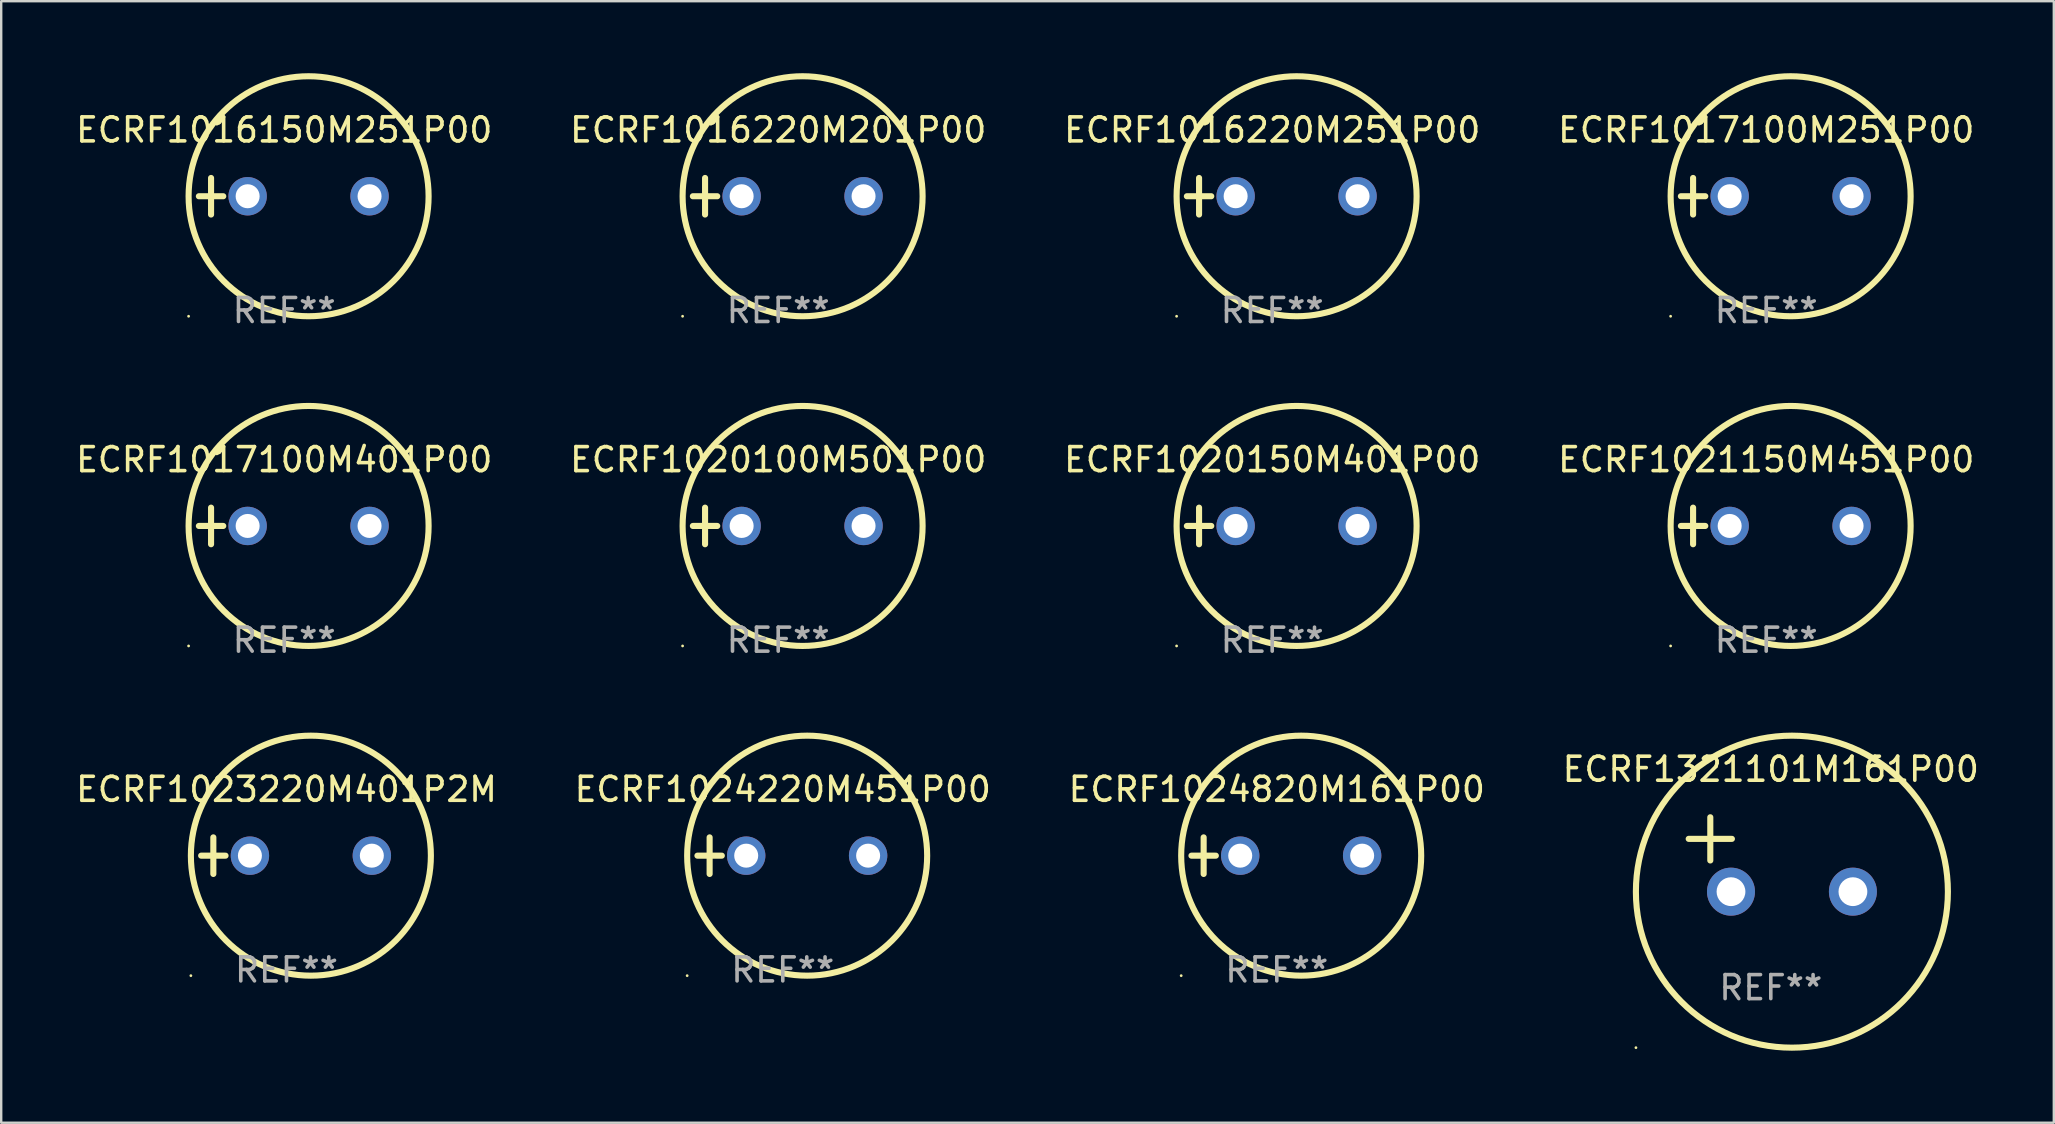
<source format=kicad_pcb>
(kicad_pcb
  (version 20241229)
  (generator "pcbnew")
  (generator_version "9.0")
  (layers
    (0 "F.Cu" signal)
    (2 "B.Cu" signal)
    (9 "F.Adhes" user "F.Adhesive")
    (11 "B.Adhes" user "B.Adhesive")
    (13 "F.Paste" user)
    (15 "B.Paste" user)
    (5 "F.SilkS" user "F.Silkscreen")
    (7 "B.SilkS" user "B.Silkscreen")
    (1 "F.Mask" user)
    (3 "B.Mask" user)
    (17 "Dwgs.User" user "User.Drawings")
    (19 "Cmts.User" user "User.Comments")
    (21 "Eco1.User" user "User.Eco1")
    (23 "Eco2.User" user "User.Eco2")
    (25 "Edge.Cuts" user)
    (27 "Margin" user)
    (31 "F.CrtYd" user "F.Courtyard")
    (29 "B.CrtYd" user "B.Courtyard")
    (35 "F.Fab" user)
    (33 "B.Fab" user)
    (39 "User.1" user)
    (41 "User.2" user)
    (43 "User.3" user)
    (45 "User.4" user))
  (footprint "ECRF1016220M201P00"
    (layer "F.Cu")
    (at 29.375 5.127)
    (property "Reference" "ECRF1016220M201P00" (at 0 -2.762 0) (layer "F.SilkS") (effects (font (size 1 1) (thickness 0.15))))
    (attr through_hole)
    (fp_line (start -3.556 0) (end -2.54 0) (stroke (width 0.254) (type solid)) (layer "F.SilkS"))
    (fp_line (start -3.048 -0.762) (end -3.048 0.762) (stroke (width 0.254) (type solid)) (layer "F.SilkS"))
    (fp_circle (center -3.984 5) (end -3.954 5) (stroke (width 0.06) (type solid)) (fill no) (layer "F.SilkS"))
    (fp_circle (center 1.016 0) (end 6.016 0) (stroke (width 0.254) (type solid)) (fill no) (layer "F.SilkS"))
    (fp_text user "REF**" (at 0 4.762 0) (layer "F.Fab") (effects (font (size 1 1) (thickness 0.15))))
    (pad "1" thru_hole circle (at -1.524 0) (size 1.6 1.6) (drill 1) (layers "*.Cu" "*.Mask"))
    (pad "2" thru_hole circle (at 3.556 0) (size 1.6 1.6) (drill 1) (layers "*.Cu" "*.Mask")))
  (footprint "ECRF1017100M251P00"
    (layer "F.Cu")
    (at 70.542 5.127)
    (property "Reference" "ECRF1017100M251P00" (at 0 -2.762 0) (layer "F.SilkS") (effects (font (size 1 1) (thickness 0.15))))
    (attr through_hole)
    (fp_line (start -3.556 0) (end -2.54 0) (stroke (width 0.254) (type solid)) (layer "F.SilkS"))
    (fp_line (start -3.048 -0.762) (end -3.048 0.762) (stroke (width 0.254) (type solid)) (layer "F.SilkS"))
    (fp_circle (center -3.984 5) (end -3.954 5) (stroke (width 0.06) (type solid)) (fill no) (layer "F.SilkS"))
    (fp_circle (center 1.016 0) (end 6.016 0) (stroke (width 0.254) (type solid)) (fill no) (layer "F.SilkS"))
    (fp_text user "REF**" (at 0 4.762 0) (layer "F.Fab") (effects (font (size 1 1) (thickness 0.15))))
    (pad "1" thru_hole circle (at -1.524 0) (size 1.6 1.6) (drill 1) (layers "*.Cu" "*.Mask"))
    (pad "2" thru_hole circle (at 3.556 0) (size 1.6 1.6) (drill 1) (layers "*.Cu" "*.Mask")))
  (footprint "ECRF1024220M451P00"
    (layer "F.Cu")
    (at 29.565 32.602)
    (property "Reference" "ECRF1024220M451P00" (at 0 -2.762 0) (layer "F.SilkS") (effects (font (size 1 1) (thickness 0.15))))
    (attr through_hole)
    (fp_line (start -3.556 0) (end -2.54 0) (stroke (width 0.254) (type solid)) (layer "F.SilkS"))
    (fp_line (start -3.048 -0.762) (end -3.048 0.762) (stroke (width 0.254) (type solid)) (layer "F.SilkS"))
    (fp_circle (center -3.984 5) (end -3.954 5) (stroke (width 0.06) (type solid)) (fill no) (layer "F.SilkS"))
    (fp_circle (center 1.016 0) (end 6.016 0) (stroke (width 0.254) (type solid)) (fill no) (layer "F.SilkS"))
    (fp_text user "REF**" (at 0 4.762 0) (layer "F.Fab") (effects (font (size 1 1) (thickness 0.15))))
    (pad "1" thru_hole circle (at -1.524 0) (size 1.6 1.6) (drill 1) (layers "*.Cu" "*.Mask"))
    (pad "2" thru_hole circle (at 3.556 0) (size 1.6 1.6) (drill 1) (layers "*.Cu" "*.Mask")))
  (footprint "ECRF1021150M451P00"
    (layer "F.Cu")
    (at 70.542 18.864)
    (property "Reference" "ECRF1021150M451P00" (at 0 -2.762 0) (layer "F.SilkS") (effects (font (size 1 1) (thickness 0.15))))
    (attr through_hole)
    (fp_line (start -3.556 0) (end -2.54 0) (stroke (width 0.254) (type solid)) (layer "F.SilkS"))
    (fp_line (start -3.048 -0.762) (end -3.048 0.762) (stroke (width 0.254) (type solid)) (layer "F.SilkS"))
    (fp_circle (center -3.984 5) (end -3.954 5) (stroke (width 0.06) (type solid)) (fill no) (layer "F.SilkS"))
    (fp_circle (center 1.016 0) (end 6.016 0) (stroke (width 0.254) (type solid)) (fill no) (layer "F.SilkS"))
    (fp_text user "REF**" (at 0 4.762 0) (layer "F.Fab") (effects (font (size 1 1) (thickness 0.15))))
    (pad "1" thru_hole circle (at -1.524 0) (size 1.6 1.6) (drill 1) (layers "*.Cu" "*.Mask"))
    (pad "2" thru_hole circle (at 3.556 0) (size 1.6 1.6) (drill 1) (layers "*.Cu" "*.Mask")))
  (footprint "ECRF1016150M251P00"
    (layer "F.Cu")
    (at 8.792 5.127)
    (property "Reference" "ECRF1016150M251P00" (at 0 -2.762 0) (layer "F.SilkS") (effects (font (size 1 1) (thickness 0.15))))
    (attr through_hole)
    (fp_line (start -3.556 0) (end -2.54 0) (stroke (width 0.254) (type solid)) (layer "F.SilkS"))
    (fp_line (start -3.048 -0.762) (end -3.048 0.762) (stroke (width 0.254) (type solid)) (layer "F.SilkS"))
    (fp_circle (center -3.984 5) (end -3.954 5) (stroke (width 0.06) (type solid)) (fill no) (layer "F.SilkS"))
    (fp_circle (center 1.016 0) (end 6.016 0) (stroke (width 0.254) (type solid)) (fill no) (layer "F.SilkS"))
    (fp_text user "REF**" (at 0 4.762 0) (layer "F.Fab") (effects (font (size 1 1) (thickness 0.15))))
    (pad "1" thru_hole circle (at -1.524 0) (size 1.6 1.6) (drill 1) (layers "*.Cu" "*.Mask"))
    (pad "2" thru_hole circle (at 3.556 0) (size 1.6 1.6) (drill 1) (layers "*.Cu" "*.Mask")))
  (footprint "ECRF1023220M401P2M"
    (layer "F.Cu")
    (at 8.887 32.602)
    (property "Reference" "ECRF1023220M401P2M" (at 0 -2.762 0) (layer "F.SilkS") (effects (font (size 1 1) (thickness 0.15))))
    (attr through_hole)
    (fp_line (start -3.556 0) (end -2.54 0) (stroke (width 0.254) (type solid)) (layer "F.SilkS"))
    (fp_line (start -3.048 -0.762) (end -3.048 0.762) (stroke (width 0.254) (type solid)) (layer "F.SilkS"))
    (fp_circle (center -3.984 5) (end -3.954 5) (stroke (width 0.06) (type solid)) (fill no) (layer "F.SilkS"))
    (fp_circle (center 1.016 0) (end 6.016 0) (stroke (width 0.254) (type solid)) (fill no) (layer "F.SilkS"))
    (fp_text user "REF**" (at 0 4.762 0) (layer "F.Fab") (effects (font (size 1 1) (thickness 0.15))))
    (pad "1" thru_hole circle (at -1.524 0) (size 1.6 1.6) (drill 1) (layers "*.Cu" "*.Mask"))
    (pad "2" thru_hole circle (at 3.556 0) (size 1.6 1.6) (drill 1) (layers "*.Cu" "*.Mask")))
  (footprint "ECRF1016220M251P00"
    (layer "F.Cu")
    (at 49.958 5.127)
    (property "Reference" "ECRF1016220M251P00" (at 0 -2.762 0) (layer "F.SilkS") (effects (font (size 1 1) (thickness 0.15))))
    (attr through_hole)
    (fp_line (start -3.556 0) (end -2.54 0) (stroke (width 0.254) (type solid)) (layer "F.SilkS"))
    (fp_line (start -3.048 -0.762) (end -3.048 0.762) (stroke (width 0.254) (type solid)) (layer "F.SilkS"))
    (fp_circle (center -3.984 5) (end -3.954 5) (stroke (width 0.06) (type solid)) (fill no) (layer "F.SilkS"))
    (fp_circle (center 1.016 0) (end 6.016 0) (stroke (width 0.254) (type solid)) (fill no) (layer "F.SilkS"))
    (fp_text user "REF**" (at 0 4.762 0) (layer "F.Fab") (effects (font (size 1 1) (thickness 0.15))))
    (pad "1" thru_hole circle (at -1.524 0) (size 1.6 1.6) (drill 1) (layers "*.Cu" "*.Mask"))
    (pad "2" thru_hole circle (at 3.556 0) (size 1.6 1.6) (drill 1) (layers "*.Cu" "*.Mask")))
  (footprint "ECRF1020100M501P00"
    (layer "F.Cu")
    (at 29.375 18.864)
    (property "Reference" "ECRF1020100M501P00" (at 0 -2.762 0) (layer "F.SilkS") (effects (font (size 1 1) (thickness 0.15))))
    (attr through_hole)
    (fp_line (start -3.556 0) (end -2.54 0) (stroke (width 0.254) (type solid)) (layer "F.SilkS"))
    (fp_line (start -3.048 -0.762) (end -3.048 0.762) (stroke (width 0.254) (type solid)) (layer "F.SilkS"))
    (fp_circle (center -3.984 5) (end -3.954 5) (stroke (width 0.06) (type solid)) (fill no) (layer "F.SilkS"))
    (fp_circle (center 1.016 0) (end 6.016 0) (stroke (width 0.254) (type solid)) (fill no) (layer "F.SilkS"))
    (fp_text user "REF**" (at 0 4.762 0) (layer "F.Fab") (effects (font (size 1 1) (thickness 0.15))))
    (pad "1" thru_hole circle (at -1.524 0) (size 1.6 1.6) (drill 1) (layers "*.Cu" "*.Mask"))
    (pad "2" thru_hole circle (at 3.556 0) (size 1.6 1.6) (drill 1) (layers "*.Cu" "*.Mask")))
  (footprint "ECRF1024820M161P00"
    (layer "F.Cu")
    (at 50.149 32.602)
    (property "Reference" "ECRF1024820M161P00" (at 0 -2.762 0) (layer "F.SilkS") (effects (font (size 1 1) (thickness 0.15))))
    (attr through_hole)
    (fp_line (start -3.556 0) (end -2.54 0) (stroke (width 0.254) (type solid)) (layer "F.SilkS"))
    (fp_line (start -3.048 -0.762) (end -3.048 0.762) (stroke (width 0.254) (type solid)) (layer "F.SilkS"))
    (fp_circle (center -3.984 5) (end -3.954 5) (stroke (width 0.06) (type solid)) (fill no) (layer "F.SilkS"))
    (fp_circle (center 1.016 0) (end 6.016 0) (stroke (width 0.254) (type solid)) (fill no) (layer "F.SilkS"))
    (fp_text user "REF**" (at 0 4.762 0) (layer "F.Fab") (effects (font (size 1 1) (thickness 0.15))))
    (pad "1" thru_hole circle (at -1.524 0) (size 1.6 1.6) (drill 1) (layers "*.Cu" "*.Mask"))
    (pad "2" thru_hole circle (at 3.556 0) (size 1.6 1.6) (drill 1) (layers "*.Cu" "*.Mask")))
  (footprint "ECRF1020150M401P00"
    (layer "F.Cu")
    (at 49.958 18.864)
    (property "Reference" "ECRF1020150M401P00" (at 0 -2.762 0) (layer "F.SilkS") (effects (font (size 1 1) (thickness 0.15))))
    (attr through_hole)
    (fp_line (start -3.556 0) (end -2.54 0) (stroke (width 0.254) (type solid)) (layer "F.SilkS"))
    (fp_line (start -3.048 -0.762) (end -3.048 0.762) (stroke (width 0.254) (type solid)) (layer "F.SilkS"))
    (fp_circle (center -3.984 5) (end -3.954 5) (stroke (width 0.06) (type solid)) (fill no) (layer "F.SilkS"))
    (fp_circle (center 1.016 0) (end 6.016 0) (stroke (width 0.254) (type solid)) (fill no) (layer "F.SilkS"))
    (fp_text user "REF**" (at 0 4.762 0) (layer "F.Fab") (effects (font (size 1 1) (thickness 0.15))))
    (pad "1" thru_hole circle (at -1.524 0) (size 1.6 1.6) (drill 1) (layers "*.Cu" "*.Mask"))
    (pad "2" thru_hole circle (at 3.556 0) (size 1.6 1.6) (drill 1) (layers "*.Cu" "*.Mask")))
  (footprint "ECRF1321101M161P00"
    (layer "F.Cu")
    (at 70.732 32.552)
    (property "Reference" "ECRF1321101M161P00" (at 0 -3.55 0) (layer "F.SilkS") (effects (font (size 1 1) (thickness 0.15))))
    (attr through_hole)
    (fp_line (start -3.421 -0.65) (end -1.621 -0.65) (stroke (width 0.254) (type solid)) (layer "F.SilkS"))
    (fp_line (start -2.521 -1.55) (end -2.521 0.25) (stroke (width 0.254) (type solid)) (layer "F.SilkS"))
    (fp_circle (center -5.619 8.05) (end -5.589 8.05) (stroke (width 0.06) (type solid)) (fill no) (layer "F.SilkS"))
    (fp_circle (center 0.879 1.55) (end 7.379 1.55) (stroke (width 0.254) (type solid)) (fill no) (layer "F.SilkS"))
    (fp_text user "REF**" (at 0 5.55 0) (layer "F.Fab") (effects (font (size 1 1) (thickness 0.15))))
    (pad "1" thru_hole circle (at -1.659 1.55) (size 2 2) (drill 1.2) (layers "*.Cu" "*.Mask"))
    (pad "2" thru_hole circle (at 3.421 1.55) (size 2 2) (drill 1.2) (layers "*.Cu" "*.Mask")))
  (footprint "ECRF1017100M401P00"
    (layer "F.Cu")
    (at 8.792 18.864)
    (property "Reference" "ECRF1017100M401P00" (at 0 -2.762 0) (layer "F.SilkS") (effects (font (size 1 1) (thickness 0.15))))
    (attr through_hole)
    (fp_line (start -3.556 0) (end -2.54 0) (stroke (width 0.254) (type solid)) (layer "F.SilkS"))
    (fp_line (start -3.048 -0.762) (end -3.048 0.762) (stroke (width 0.254) (type solid)) (layer "F.SilkS"))
    (fp_circle (center -3.984 5) (end -3.954 5) (stroke (width 0.06) (type solid)) (fill no) (layer "F.SilkS"))
    (fp_circle (center 1.016 0) (end 6.016 0) (stroke (width 0.254) (type solid)) (fill no) (layer "F.SilkS"))
    (fp_text user "REF**" (at 0 4.762 0) (layer "F.Fab") (effects (font (size 1 1) (thickness 0.15))))
    (pad "1" thru_hole circle (at -1.524 0) (size 1.6 1.6) (drill 1) (layers "*.Cu" "*.Mask"))
    (pad "2" thru_hole circle (at 3.556 0) (size 1.6 1.6) (drill 1) (layers "*.Cu" "*.Mask")))
  (gr_rect
    (start -3 -3)
    (end 82.524 43.729)
    (stroke (width 0.1) (type default))
    (fill no)
    (layer "Edge.Cuts")))
</source>
